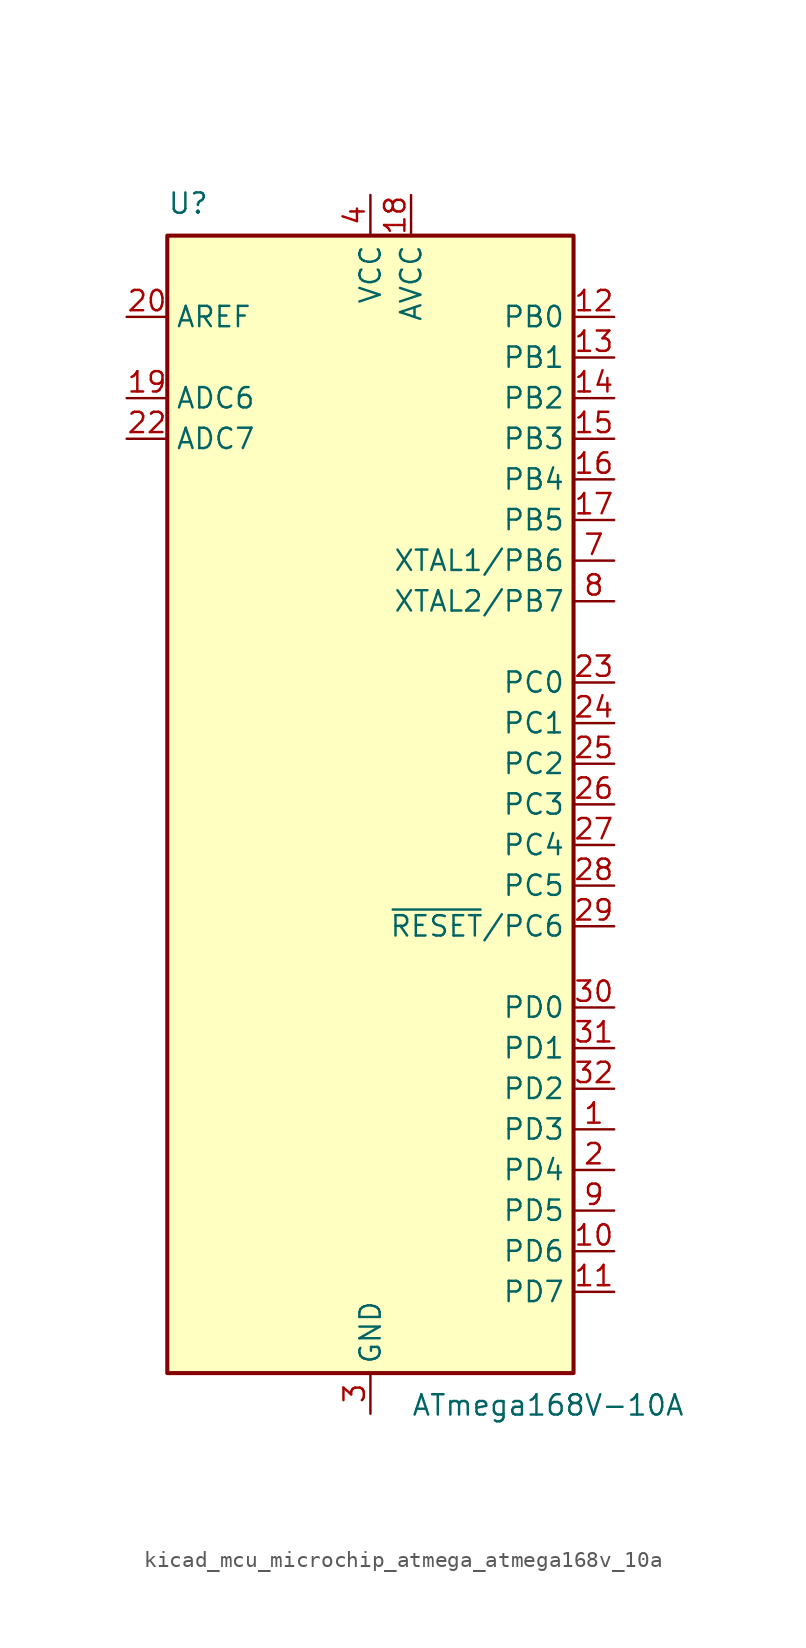
<source format=kicad_sym>
(kicad_symbol_lib
  (version 20220914)
  (generator kicad_symbol_editor)
  (symbol "kicad_mcu_microchip_atmega_atmega168v_10a"
    (property "Reference" "U"
      (at -12.7 36.83 0)
      (effects (font (size 1.27 1.27)) (justify left bottom)))
    (property "Value" "ATmega168V-10A"
      (at 2.54 -36.83 0)
      (effects (font (size 1.27 1.27)) (justify left top)))
    (symbol "kicad_mcu_microchip_atmega_atmega168v_10a_0_1"
      (rectangle (start -12.7 -35.56) (end 12.7 35.56) (stroke (width 0.254) (type default)) (fill (type background))))
    (symbol "kicad_mcu_microchip_atmega_atmega168v_10a_1_1"
      (pin bidirectional line (at 15.24 -20.32 180) (length 2.54) (name "PD3" (effects (font (size 1.27 1.27)))) (number "1" (effects (font (size 1.27 1.27)))))
      (pin bidirectional line (at 15.24 -27.94 180) (length 2.54) (name "PD6" (effects (font (size 1.27 1.27)))) (number "10" (effects (font (size 1.27 1.27)))))
      (pin bidirectional line (at 15.24 -30.48 180) (length 2.54) (name "PD7" (effects (font (size 1.27 1.27)))) (number "11" (effects (font (size 1.27 1.27)))))
      (pin bidirectional line (at 15.24 30.48 180) (length 2.54) (name "PB0" (effects (font (size 1.27 1.27)))) (number "12" (effects (font (size 1.27 1.27)))))
      (pin bidirectional line (at 15.24 27.94 180) (length 2.54) (name "PB1" (effects (font (size 1.27 1.27)))) (number "13" (effects (font (size 1.27 1.27)))))
      (pin bidirectional line (at 15.24 25.4 180) (length 2.54) (name "PB2" (effects (font (size 1.27 1.27)))) (number "14" (effects (font (size 1.27 1.27)))))
      (pin bidirectional line (at 15.24 22.86 180) (length 2.54) (name "PB3" (effects (font (size 1.27 1.27)))) (number "15" (effects (font (size 1.27 1.27)))))
      (pin bidirectional line (at 15.24 20.32 180) (length 2.54) (name "PB4" (effects (font (size 1.27 1.27)))) (number "16" (effects (font (size 1.27 1.27)))))
      (pin bidirectional line (at 15.24 17.78 180) (length 2.54) (name "PB5" (effects (font (size 1.27 1.27)))) (number "17" (effects (font (size 1.27 1.27)))))
      (pin power_in line (at 2.54 38.1 270) (length 2.54) (name "AVCC" (effects (font (size 1.27 1.27)))) (number "18" (effects (font (size 1.27 1.27)))))
      (pin input line (at -15.24 25.4 0) (length 2.54) (name "ADC6" (effects (font (size 1.27 1.27)))) (number "19" (effects (font (size 1.27 1.27)))))
      (pin bidirectional line (at 15.24 -22.86 180) (length 2.54) (name "PD4" (effects (font (size 1.27 1.27)))) (number "2" (effects (font (size 1.27 1.27)))))
      (pin passive line (at -15.24 30.48 0) (length 2.54) (name "AREF" (effects (font (size 1.27 1.27)))) (number "20" (effects (font (size 1.27 1.27)))))
      (pin passive line (at 0 -38.1 90) (length 2.54) hide (name "GND" (effects (font (size 1.27 1.27)))) (number "21" (effects (font (size 1.27 1.27)))))
      (pin input line (at -15.24 22.86 0) (length 2.54) (name "ADC7" (effects (font (size 1.27 1.27)))) (number "22" (effects (font (size 1.27 1.27)))))
      (pin bidirectional line (at 15.24 7.62 180) (length 2.54) (name "PC0" (effects (font (size 1.27 1.27)))) (number "23" (effects (font (size 1.27 1.27)))))
      (pin bidirectional line (at 15.24 5.08 180) (length 2.54) (name "PC1" (effects (font (size 1.27 1.27)))) (number "24" (effects (font (size 1.27 1.27)))))
      (pin bidirectional line (at 15.24 2.54 180) (length 2.54) (name "PC2" (effects (font (size 1.27 1.27)))) (number "25" (effects (font (size 1.27 1.27)))))
      (pin bidirectional line (at 15.24 0 180) (length 2.54) (name "PC3" (effects (font (size 1.27 1.27)))) (number "26" (effects (font (size 1.27 1.27)))))
      (pin bidirectional line (at 15.24 -2.54 180) (length 2.54) (name "PC4" (effects (font (size 1.27 1.27)))) (number "27" (effects (font (size 1.27 1.27)))))
      (pin bidirectional line (at 15.24 -5.08 180) (length 2.54) (name "PC5" (effects (font (size 1.27 1.27)))) (number "28" (effects (font (size 1.27 1.27)))))
      (pin bidirectional line (at 15.24 -7.62 180) (length 2.54) (name "~{RESET}/PC6" (effects (font (size 1.27 1.27)))) (number "29" (effects (font (size 1.27 1.27)))))
      (pin power_in line (at 0 -38.1 90) (length 2.54) (name "GND" (effects (font (size 1.27 1.27)))) (number "3" (effects (font (size 1.27 1.27)))))
      (pin bidirectional line (at 15.24 -12.7 180) (length 2.54) (name "PD0" (effects (font (size 1.27 1.27)))) (number "30" (effects (font (size 1.27 1.27)))))
      (pin bidirectional line (at 15.24 -15.24 180) (length 2.54) (name "PD1" (effects (font (size 1.27 1.27)))) (number "31" (effects (font (size 1.27 1.27)))))
      (pin bidirectional line (at 15.24 -17.78 180) (length 2.54) (name "PD2" (effects (font (size 1.27 1.27)))) (number "32" (effects (font (size 1.27 1.27)))))
      (pin power_in line (at 0 38.1 270) (length 2.54) (name "VCC" (effects (font (size 1.27 1.27)))) (number "4" (effects (font (size 1.27 1.27)))))
      (pin passive line (at 0 -38.1 90) (length 2.54) hide (name "GND" (effects (font (size 1.27 1.27)))) (number "5" (effects (font (size 1.27 1.27)))))
      (pin passive line (at 0 38.1 270) (length 2.54) hide (name "VCC" (effects (font (size 1.27 1.27)))) (number "6" (effects (font (size 1.27 1.27)))))
      (pin bidirectional line (at 15.24 15.24 180) (length 2.54) (name "XTAL1/PB6" (effects (font (size 1.27 1.27)))) (number "7" (effects (font (size 1.27 1.27)))))
      (pin bidirectional line (at 15.24 12.7 180) (length 2.54) (name "XTAL2/PB7" (effects (font (size 1.27 1.27)))) (number "8" (effects (font (size 1.27 1.27)))))
      (pin bidirectional line (at 15.24 -25.4 180) (length 2.54) (name "PD5" (effects (font (size 1.27 1.27)))) (number "9" (effects (font (size 1.27 1.27))))))))
</source>
